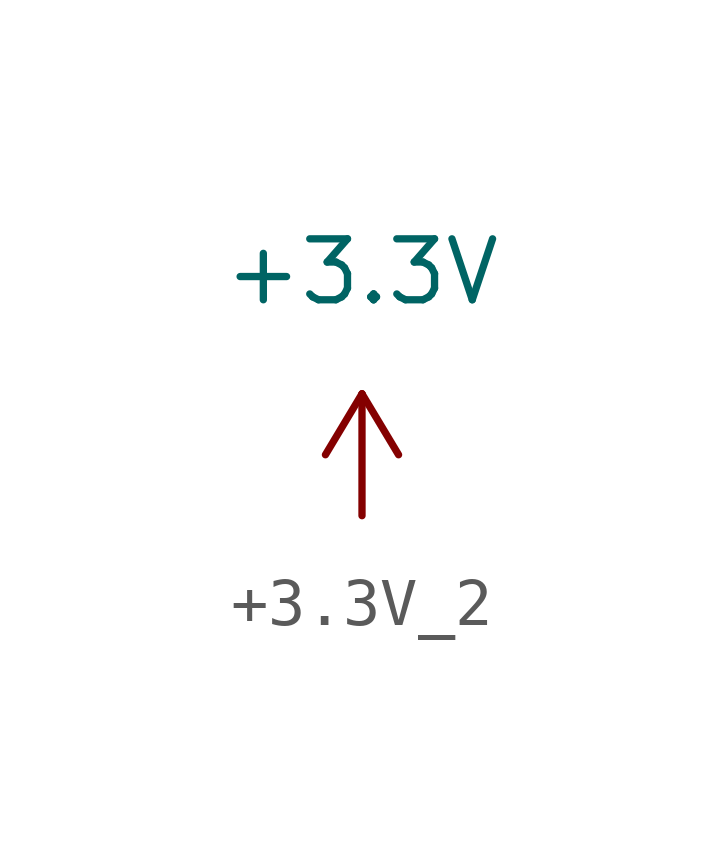
<source format=kicad_sym>
(kicad_symbol_lib
  (version 20211014)
  (generator kicad_symbol_editor)
  (symbol "+3.3V_2"
    (power)
    (pin_names
      (offset 0))
    (property "Reference" "#PWR0144"
      (at 0 -3.81 0)
      (effects (font (size 1.27 1.27)) hide))
    (property "Value" "+3.3V"
      (at 0 5.08 0)
      (effects (font (size 1.27 1.27))))
    (symbol "+3.3V_2_0_1"
      (polyline (pts (xy -0.762 1.27) (xy 0 2.54)) (stroke (width 0) (type default) (color 0 0 0 0)) (fill (type none)))
      (polyline (pts (xy 0 0) (xy 0 2.54)) (stroke (width 0) (type default) (color 0 0 0 0)) (fill (type none)))
      (polyline (pts (xy 0 2.54) (xy 0.762 1.27)) (stroke (width 0) (type default) (color 0 0 0 0)) (fill (type none))))
    (symbol "+3.3V_2_1_1"
      (pin passive line (at 0 0 90) (length 0) hide (name "+3V3" (effects (font (size 1.27 1.27)))) (number "1" (effects (font (size 1.27 1.27))))))))
</source>
